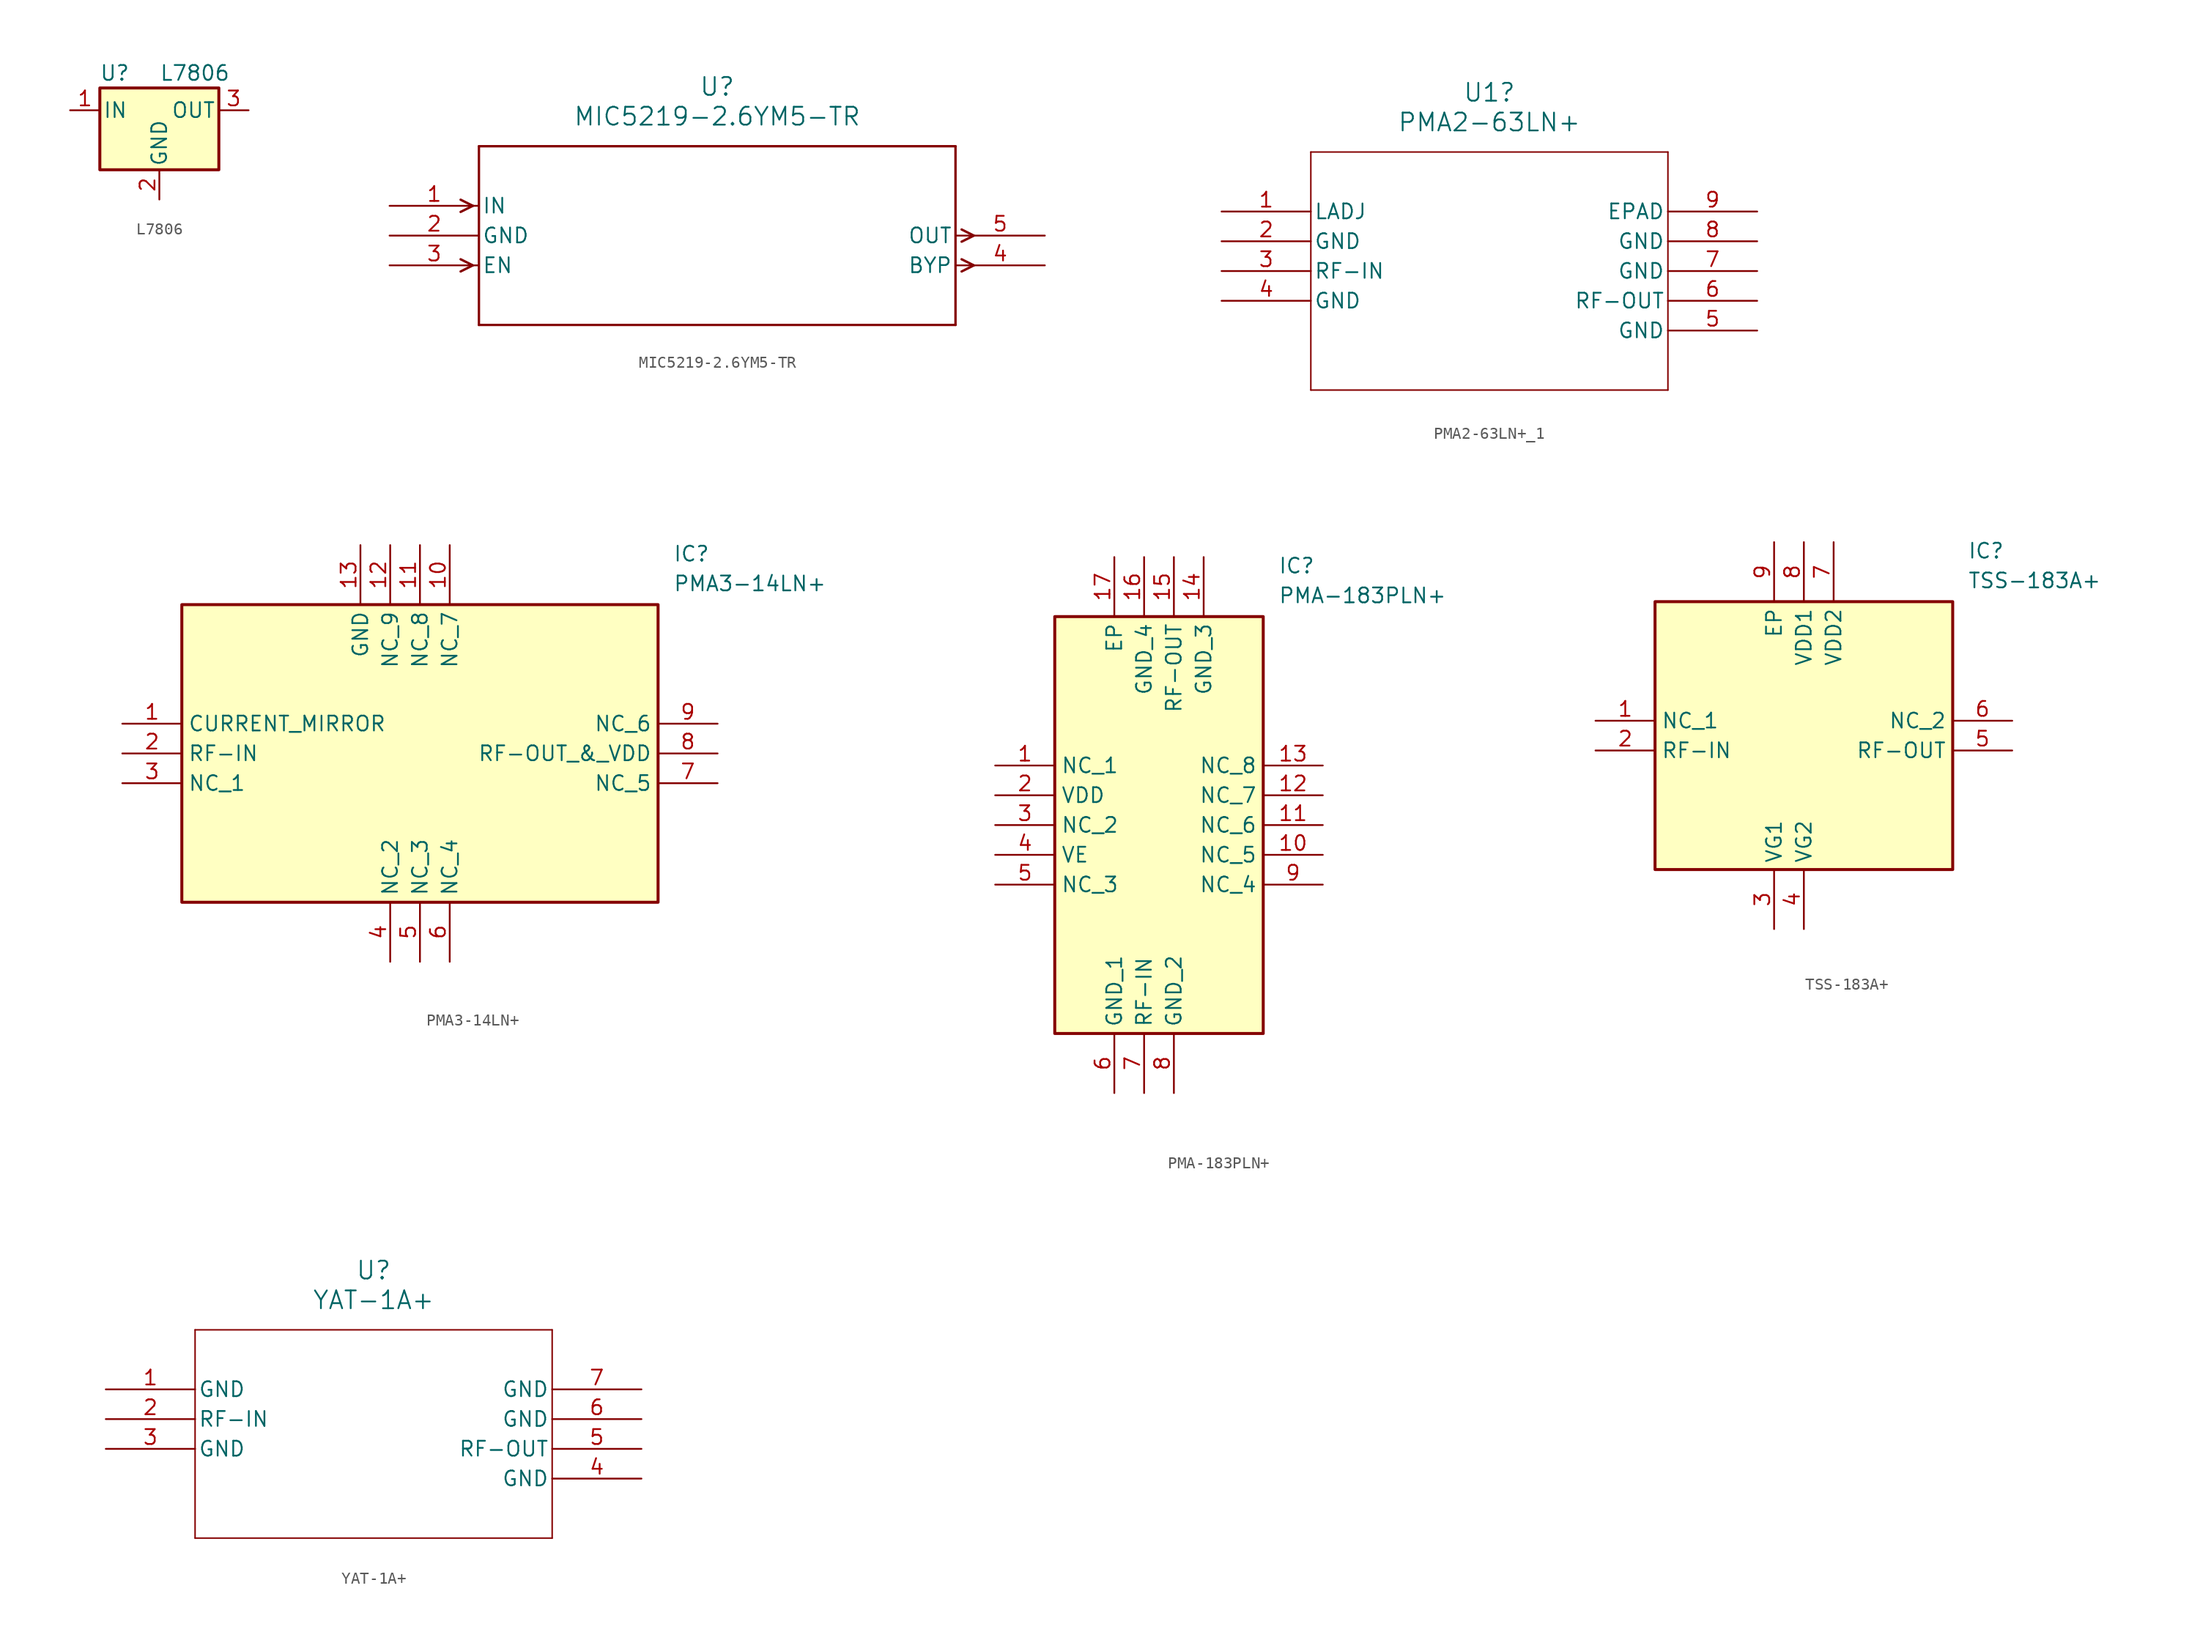
<source format=kicad_sym>
(kicad_symbol_lib
  (version 20220914)
  (generator kicad_symbol_editor)
  (symbol "L7806"
    (pin_names
      (offset 0.254))
    (property "Reference" "U"
      (at -3.81 3.175 0)
      (effects (font (size 1.27 1.27))))
    (property "Value" "L7806"
      (at 0 3.175 0)
      (effects (font (size 1.27 1.27)) (justify left)))
    (symbol "L7806_0_1"
      (rectangle (start -5.08 1.905) (end 5.08 -5.08) (stroke (width 0.254) (type default)) (fill (type background))))
    (symbol "L7806_1_1"
      (pin power_in line (at -7.62 0 0) (length 2.54) (name "IN" (effects (font (size 1.27 1.27)))) (number "1" (effects (font (size 1.27 1.27)))))
      (pin power_in line (at 0 -7.62 90) (length 2.54) (name "GND" (effects (font (size 1.27 1.27)))) (number "2" (effects (font (size 1.27 1.27)))))
      (pin power_out line (at 7.62 0 180) (length 2.54) (name "OUT" (effects (font (size 1.27 1.27)))) (number "3" (effects (font (size 1.27 1.27)))))))
  (symbol "MIC5219-2.6YM5-TR"
    (pin_names
      (offset 0.254))
    (property "Reference" "U"
      (at 27.94 10.16 0)
      (effects (font (size 1.524 1.524))))
    (property "Value" "MIC5219-2.6YM5-TR"
      (at 27.94 7.62 0)
      (effects (font (size 1.524 1.524))))
    (property "ki_locked" ""
      (at 0 0 0)
      (effects (font (size 1.27 1.27))))
    (symbol "MIC5219-2.6YM5-TR_0_1"
      (polyline (pts (xy 7.099 -5.08) (xy 6.058 -5.601)) (stroke (width 0.203) (type default)) (fill (type none)))
      (polyline (pts (xy 7.099 -5.08) (xy 6.058 -4.559)) (stroke (width 0.203) (type default)) (fill (type none)))
      (polyline (pts (xy 7.099 0) (xy 6.058 -0.521)) (stroke (width 0.203) (type default)) (fill (type none)))
      (polyline (pts (xy 7.099 0) (xy 6.058 0.521)) (stroke (width 0.203) (type default)) (fill (type none)))
      (polyline (pts (xy 7.62 -10.16) (xy 48.26 -10.16)) (stroke (width 0.203) (type default)) (fill (type none)))
      (polyline (pts (xy 7.62 5.08) (xy 7.62 -10.16)) (stroke (width 0.203) (type default)) (fill (type none)))
      (polyline (pts (xy 48.26 -10.16) (xy 48.26 5.08)) (stroke (width 0.203) (type default)) (fill (type none)))
      (polyline (pts (xy 48.26 5.08) (xy 7.62 5.08)) (stroke (width 0.203) (type default)) (fill (type none)))
      (polyline (pts (xy 48.781 -5.601) (xy 49.822 -5.08)) (stroke (width 0.203) (type default)) (fill (type none)))
      (polyline (pts (xy 48.781 -4.559) (xy 49.822 -5.08)) (stroke (width 0.203) (type default)) (fill (type none)))
      (polyline (pts (xy 48.781 -3.061) (xy 49.822 -2.54)) (stroke (width 0.203) (type default)) (fill (type none)))
      (polyline (pts (xy 48.781 -2.019) (xy 49.822 -2.54)) (stroke (width 0.203) (type default)) (fill (type none)))
      (pin input line (at 0 0 0) (length 7.62) (name "IN" (effects (font (size 1.27 1.27)))) (number "1" (effects (font (size 1.27 1.27)))))
      (pin power_in line (at 0 -2.54 0) (length 7.62) (name "GND" (effects (font (size 1.27 1.27)))) (number "2" (effects (font (size 1.27 1.27)))))
      (pin input line (at 0 -5.08 0) (length 7.62) (name "EN" (effects (font (size 1.27 1.27)))) (number "3" (effects (font (size 1.27 1.27)))))
      (pin output line (at 55.88 -5.08 180) (length 7.62) (name "BYP" (effects (font (size 1.27 1.27)))) (number "4" (effects (font (size 1.27 1.27)))))
      (pin output line (at 55.88 -2.54 180) (length 7.62) (name "OUT" (effects (font (size 1.27 1.27)))) (number "5" (effects (font (size 1.27 1.27)))))))
  (symbol "PMA2-63LN+_1"
    (pin_names
      (offset 0.254))
    (property "Reference" "U1"
      (at 22.86 10.16 0)
      (effects (font (size 1.524 1.524))))
    (property "Value" "PMA2-63LN+"
      (at 22.86 7.62 0)
      (effects (font (size 1.524 1.524))))
    (property "ki_locked" ""
      (at 0 0 0)
      (effects (font (size 1.27 1.27))))
    (symbol "PMA2-63LN+_1_0_1"
      (polyline (pts (xy 7.62 -15.24) (xy 38.1 -15.24)) (stroke (width 0.127) (type default)) (fill (type none)))
      (polyline (pts (xy 7.62 5.08) (xy 7.62 -15.24)) (stroke (width 0.127) (type default)) (fill (type none)))
      (polyline (pts (xy 38.1 -15.24) (xy 38.1 5.08)) (stroke (width 0.127) (type default)) (fill (type none)))
      (polyline (pts (xy 38.1 5.08) (xy 7.62 5.08)) (stroke (width 0.127) (type default)) (fill (type none)))
      (pin bidirectional line (at 0 0 0) (length 7.62) (name "LADJ" (effects (font (size 1.27 1.27)))) (number "1" (effects (font (size 1.27 1.27)))))
      (pin input line (at 0 -5.08 0) (length 7.62) (name "RF-IN" (effects (font (size 1.27 1.27)))) (number "3" (effects (font (size 1.27 1.27)))))
      (pin output line (at 45.72 -7.62 180) (length 7.62) (name "RF-OUT" (effects (font (size 1.27 1.27)))) (number "6" (effects (font (size 1.27 1.27))))))
    (symbol "PMA2-63LN+_1_1_1"
      (pin power_in line (at 0 -2.54 0) (length 7.62) (name "GND" (effects (font (size 1.27 1.27)))) (number "2" (effects (font (size 1.27 1.27)))))
      (pin power_in line (at 0 -7.62 0) (length 7.62) (name "GND" (effects (font (size 1.27 1.27)))) (number "4" (effects (font (size 1.27 1.27)))))
      (pin power_in line (at 45.72 -10.16 180) (length 7.62) (name "GND" (effects (font (size 1.27 1.27)))) (number "5" (effects (font (size 1.27 1.27)))))
      (pin power_in line (at 45.72 -5.08 180) (length 7.62) (name "GND" (effects (font (size 1.27 1.27)))) (number "7" (effects (font (size 1.27 1.27)))))
      (pin power_in line (at 45.72 -2.54 180) (length 7.62) (name "GND" (effects (font (size 1.27 1.27)))) (number "8" (effects (font (size 1.27 1.27)))))
      (pin power_in line (at 45.72 0 180) (length 7.62) (name "EPAD" (effects (font (size 1.27 1.27)))) (number "9" (effects (font (size 1.27 1.27)))))))
  (symbol "PMA3-14LN+"
    (property "Reference" "IC"
      (at 46.99 15.24 0)
      (effects (font (size 1.27 1.27)) (justify left top)))
    (property "Value" "PMA3-14LN+"
      (at 46.99 12.7 0)
      (effects (font (size 1.27 1.27)) (justify left top)))
    (symbol "PMA3-14LN+_1_1"
      (rectangle (start 5.08 10.16) (end 45.72 -15.24) (stroke (width 0.254) (type default)) (fill (type background)))
      (pin passive line (at 0 0 0) (length 5.08) (name "CURRENT_MIRROR" (effects (font (size 1.27 1.27)))) (number "1" (effects (font (size 1.27 1.27)))))
      (pin passive line (at 27.94 15.24 270) (length 5.08) (name "NC_7" (effects (font (size 1.27 1.27)))) (number "10" (effects (font (size 1.27 1.27)))))
      (pin passive line (at 25.4 15.24 270) (length 5.08) (name "NC_8" (effects (font (size 1.27 1.27)))) (number "11" (effects (font (size 1.27 1.27)))))
      (pin passive line (at 22.86 15.24 270) (length 5.08) (name "NC_9" (effects (font (size 1.27 1.27)))) (number "12" (effects (font (size 1.27 1.27)))))
      (pin passive line (at 20.32 15.24 270) (length 5.08) (name "GND" (effects (font (size 1.27 1.27)))) (number "13" (effects (font (size 1.27 1.27)))))
      (pin passive line (at 0 -2.54 0) (length 5.08) (name "RF-IN" (effects (font (size 1.27 1.27)))) (number "2" (effects (font (size 1.27 1.27)))))
      (pin passive line (at 0 -5.08 0) (length 5.08) (name "NC_1" (effects (font (size 1.27 1.27)))) (number "3" (effects (font (size 1.27 1.27)))))
      (pin passive line (at 22.86 -20.32 90) (length 5.08) (name "NC_2" (effects (font (size 1.27 1.27)))) (number "4" (effects (font (size 1.27 1.27)))))
      (pin passive line (at 25.4 -20.32 90) (length 5.08) (name "NC_3" (effects (font (size 1.27 1.27)))) (number "5" (effects (font (size 1.27 1.27)))))
      (pin passive line (at 27.94 -20.32 90) (length 5.08) (name "NC_4" (effects (font (size 1.27 1.27)))) (number "6" (effects (font (size 1.27 1.27)))))
      (pin passive line (at 50.8 -5.08 180) (length 5.08) (name "NC_5" (effects (font (size 1.27 1.27)))) (number "7" (effects (font (size 1.27 1.27)))))
      (pin passive line (at 50.8 -2.54 180) (length 5.08) (name "RF-OUT_&_VDD" (effects (font (size 1.27 1.27)))) (number "8" (effects (font (size 1.27 1.27)))))
      (pin passive line (at 50.8 0 180) (length 5.08) (name "NC_6" (effects (font (size 1.27 1.27)))) (number "9" (effects (font (size 1.27 1.27)))))))
  (symbol "PMA-183PLN+"
    (property "Reference" "IC"
      (at 24.13 17.78 0)
      (effects (font (size 1.27 1.27)) (justify left top)))
    (property "Value" "PMA-183PLN+"
      (at 24.13 15.24 0)
      (effects (font (size 1.27 1.27)) (justify left top)))
    (symbol "PMA-183PLN+_1_1"
      (rectangle (start 5.08 12.7) (end 22.86 -22.86) (stroke (width 0.254) (type default)) (fill (type background)))
      (pin passive line (at 0 0 0) (length 5.08) (name "NC_1" (effects (font (size 1.27 1.27)))) (number "1" (effects (font (size 1.27 1.27)))))
      (pin passive line (at 27.94 -7.62 180) (length 5.08) (name "NC_5" (effects (font (size 1.27 1.27)))) (number "10" (effects (font (size 1.27 1.27)))))
      (pin passive line (at 27.94 -5.08 180) (length 5.08) (name "NC_6" (effects (font (size 1.27 1.27)))) (number "11" (effects (font (size 1.27 1.27)))))
      (pin passive line (at 27.94 -2.54 180) (length 5.08) (name "NC_7" (effects (font (size 1.27 1.27)))) (number "12" (effects (font (size 1.27 1.27)))))
      (pin passive line (at 27.94 0 180) (length 5.08) (name "NC_8" (effects (font (size 1.27 1.27)))) (number "13" (effects (font (size 1.27 1.27)))))
      (pin passive line (at 17.78 17.78 270) (length 5.08) (name "GND_3" (effects (font (size 1.27 1.27)))) (number "14" (effects (font (size 1.27 1.27)))))
      (pin passive line (at 15.24 17.78 270) (length 5.08) (name "RF-OUT" (effects (font (size 1.27 1.27)))) (number "15" (effects (font (size 1.27 1.27)))))
      (pin passive line (at 12.7 17.78 270) (length 5.08) (name "GND_4" (effects (font (size 1.27 1.27)))) (number "16" (effects (font (size 1.27 1.27)))))
      (pin passive line (at 10.16 17.78 270) (length 5.08) (name "EP" (effects (font (size 1.27 1.27)))) (number "17" (effects (font (size 1.27 1.27)))))
      (pin passive line (at 0 -2.54 0) (length 5.08) (name "VDD" (effects (font (size 1.27 1.27)))) (number "2" (effects (font (size 1.27 1.27)))))
      (pin passive line (at 0 -5.08 0) (length 5.08) (name "NC_2" (effects (font (size 1.27 1.27)))) (number "3" (effects (font (size 1.27 1.27)))))
      (pin passive line (at 0 -7.62 0) (length 5.08) (name "VE" (effects (font (size 1.27 1.27)))) (number "4" (effects (font (size 1.27 1.27)))))
      (pin passive line (at 0 -10.16 0) (length 5.08) (name "NC_3" (effects (font (size 1.27 1.27)))) (number "5" (effects (font (size 1.27 1.27)))))
      (pin passive line (at 10.16 -27.94 90) (length 5.08) (name "GND_1" (effects (font (size 1.27 1.27)))) (number "6" (effects (font (size 1.27 1.27)))))
      (pin passive line (at 12.7 -27.94 90) (length 5.08) (name "RF-IN" (effects (font (size 1.27 1.27)))) (number "7" (effects (font (size 1.27 1.27)))))
      (pin passive line (at 15.24 -27.94 90) (length 5.08) (name "GND_2" (effects (font (size 1.27 1.27)))) (number "8" (effects (font (size 1.27 1.27)))))
      (pin passive line (at 27.94 -10.16 180) (length 5.08) (name "NC_4" (effects (font (size 1.27 1.27)))) (number "9" (effects (font (size 1.27 1.27)))))))
  (symbol "TSS-183A+"
    (property "Reference" "IC"
      (at 31.75 15.24 0)
      (effects (font (size 1.27 1.27)) (justify left top)))
    (property "Value" "TSS-183A+"
      (at 31.75 12.7 0)
      (effects (font (size 1.27 1.27)) (justify left top)))
    (symbol "TSS-183A+_1_1"
      (rectangle (start 5.08 10.16) (end 30.48 -12.7) (stroke (width 0.254) (type default)) (fill (type background)))
      (pin passive line (at 0 0 0) (length 5.08) (name "NC_1" (effects (font (size 1.27 1.27)))) (number "1" (effects (font (size 1.27 1.27)))))
      (pin passive line (at 0 -2.54 0) (length 5.08) (name "RF-IN" (effects (font (size 1.27 1.27)))) (number "2" (effects (font (size 1.27 1.27)))))
      (pin passive line (at 15.24 -17.78 90) (length 5.08) (name "VG1" (effects (font (size 1.27 1.27)))) (number "3" (effects (font (size 1.27 1.27)))))
      (pin passive line (at 17.78 -17.78 90) (length 5.08) (name "VG2" (effects (font (size 1.27 1.27)))) (number "4" (effects (font (size 1.27 1.27)))))
      (pin passive line (at 35.56 -2.54 180) (length 5.08) (name "RF-OUT" (effects (font (size 1.27 1.27)))) (number "5" (effects (font (size 1.27 1.27)))))
      (pin passive line (at 35.56 0 180) (length 5.08) (name "NC_2" (effects (font (size 1.27 1.27)))) (number "6" (effects (font (size 1.27 1.27)))))
      (pin passive line (at 20.32 15.24 270) (length 5.08) (name "VDD2" (effects (font (size 1.27 1.27)))) (number "7" (effects (font (size 1.27 1.27)))))
      (pin passive line (at 17.78 15.24 270) (length 5.08) (name "VDD1" (effects (font (size 1.27 1.27)))) (number "8" (effects (font (size 1.27 1.27)))))
      (pin passive line (at 15.24 15.24 270) (length 5.08) (name "EP" (effects (font (size 1.27 1.27)))) (number "9" (effects (font (size 1.27 1.27)))))))
  (symbol "YAT-1A+"
    (pin_names
      (offset 0.254))
    (property "Reference" "U"
      (at 22.86 10.16 0)
      (effects (font (size 1.524 1.524))))
    (property "Value" "YAT-1A+"
      (at 22.86 7.62 0)
      (effects (font (size 1.524 1.524))))
    (property "ki_locked" ""
      (at 0 0 0)
      (effects (font (size 1.27 1.27))))
    (symbol "YAT-1A+_0_1"
      (polyline (pts (xy 7.62 -12.7) (xy 38.1 -12.7)) (stroke (width 0.127) (type default)) (fill (type none)))
      (polyline (pts (xy 7.62 5.08) (xy 7.62 -12.7)) (stroke (width 0.127) (type default)) (fill (type none)))
      (polyline (pts (xy 38.1 -12.7) (xy 38.1 5.08)) (stroke (width 0.127) (type default)) (fill (type none)))
      (polyline (pts (xy 38.1 5.08) (xy 7.62 5.08)) (stroke (width 0.127) (type default)) (fill (type none)))
      (pin input line (at 0 -2.54 0) (length 7.62) (name "RF-IN" (effects (font (size 1.27 1.27)))) (number "2" (effects (font (size 1.27 1.27)))))
      (pin power_in line (at 45.72 -7.62 180) (length 7.62) (name "GND" (effects (font (size 1.27 1.27)))) (number "4" (effects (font (size 1.27 1.27)))))
      (pin output line (at 45.72 -5.08 180) (length 7.62) (name "RF-OUT" (effects (font (size 1.27 1.27)))) (number "5" (effects (font (size 1.27 1.27)))))
      (pin power_in line (at 45.72 -2.54 180) (length 7.62) (name "GND" (effects (font (size 1.27 1.27)))) (number "6" (effects (font (size 1.27 1.27)))))
      (pin power_in line (at 45.72 0 180) (length 7.62) (name "GND" (effects (font (size 1.27 1.27)))) (number "7" (effects (font (size 1.27 1.27))))))
    (symbol "YAT-1A+_1_1"
      (pin power_in line (at 0 0 0) (length 7.62) (name "GND" (effects (font (size 1.27 1.27)))) (number "1" (effects (font (size 1.27 1.27)))))
      (pin power_in line (at 0 -5.08 0) (length 7.62) (name "GND" (effects (font (size 1.27 1.27)))) (number "3" (effects (font (size 1.27 1.27))))))))
</source>
